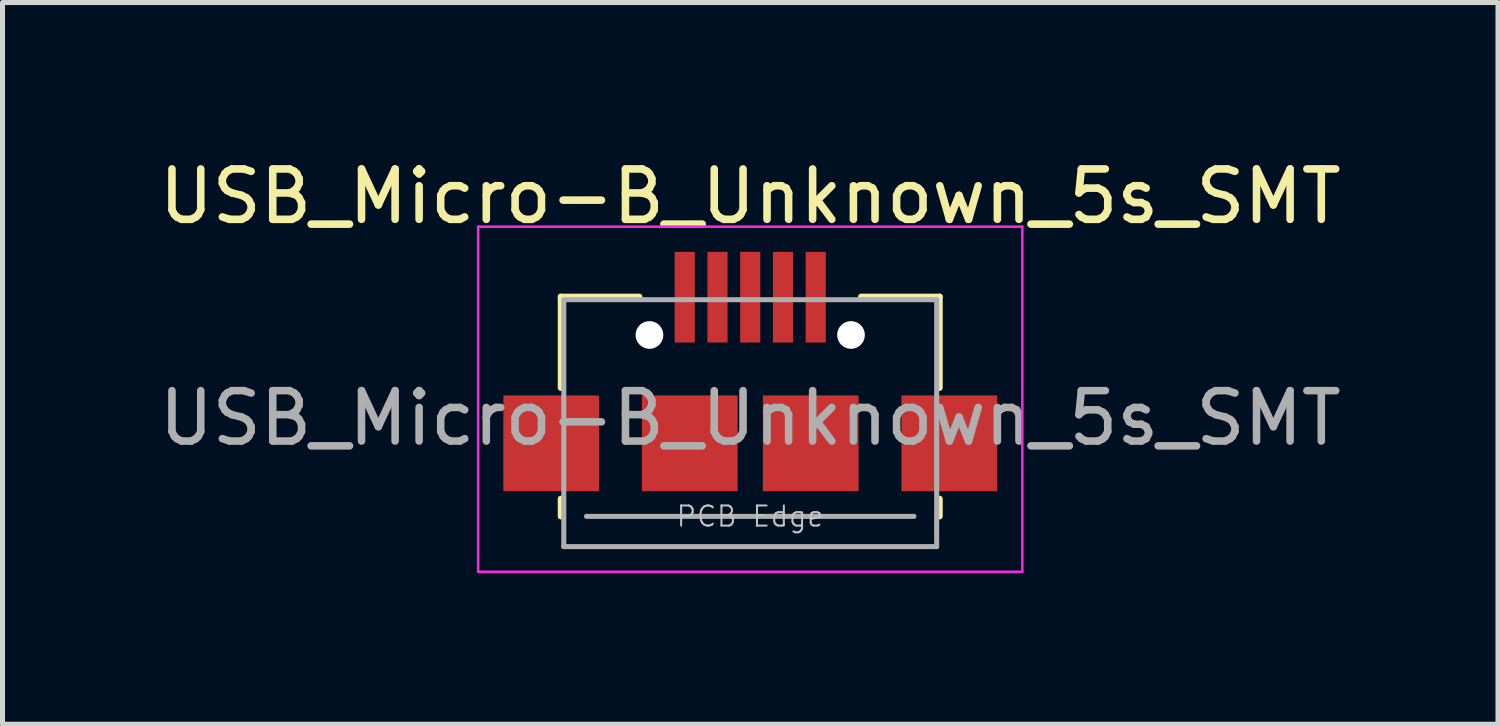
<source format=kicad_pcb>
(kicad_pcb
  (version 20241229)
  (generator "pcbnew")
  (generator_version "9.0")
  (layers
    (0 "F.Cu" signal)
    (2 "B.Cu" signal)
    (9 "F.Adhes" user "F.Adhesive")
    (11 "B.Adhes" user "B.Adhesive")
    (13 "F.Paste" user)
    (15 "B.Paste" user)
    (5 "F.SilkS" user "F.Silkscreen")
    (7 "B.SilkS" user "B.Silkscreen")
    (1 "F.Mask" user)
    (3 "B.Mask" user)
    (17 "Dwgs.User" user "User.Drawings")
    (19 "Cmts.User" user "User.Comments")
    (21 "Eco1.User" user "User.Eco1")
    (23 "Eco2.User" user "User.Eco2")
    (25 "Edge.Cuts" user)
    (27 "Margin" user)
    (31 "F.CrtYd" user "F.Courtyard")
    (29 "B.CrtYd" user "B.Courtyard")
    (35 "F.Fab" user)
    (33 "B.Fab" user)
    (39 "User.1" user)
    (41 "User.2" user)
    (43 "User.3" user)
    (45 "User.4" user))
  (footprint "USB_Micro-B_Unknown_5s_SMT"
    (layer "F.Cu")
    (at 11.839 3.448)
    (property "Reference" "USB_Micro-B_Unknown_5s_SMT" (at 0 -2.6 0) (layer "F.SilkS") (effects (font (size 1 1) (thickness 0.15))))
    (attr smd)
    (fp_line (start -3.76 -0.61) (end -2.2 -0.61) (stroke (width 0.12) (type solid)) (layer "F.SilkS"))
    (fp_line (start -3.76 1.2) (end -3.76 -0.61) (stroke (width 0.12) (type solid)) (layer "F.SilkS"))
    (fp_line (start -3.76 3.4) (end -3.76 3.75) (stroke (width 0.12) (type solid)) (layer "F.SilkS"))
    (fp_line (start 3.76 -0.61) (end 2.2 -0.61) (stroke (width 0.12) (type solid)) (layer "F.SilkS"))
    (fp_line (start 3.76 1.2) (end 3.76 -0.61) (stroke (width 0.12) (type solid)) (layer "F.SilkS"))
    (fp_line (start 3.76 3.4) (end 3.76 3.75) (stroke (width 0.12) (type solid)) (layer "F.SilkS"))
    (fp_line (start -5.4 -2) (end -5.4 4.85) (stroke (width 0.05) (type solid)) (layer "F.CrtYd"))
    (fp_line (start -5.4 -2) (end 5.4 -2) (stroke (width 0.05) (type solid)) (layer "F.CrtYd"))
    (fp_line (start 5.4 -2) (end 5.4 4.85) (stroke (width 0.05) (type solid)) (layer "F.CrtYd"))
    (fp_line (start 5.4 4.85) (end -5.4 4.85) (stroke (width 0.05) (type solid)) (layer "F.CrtYd"))
    (fp_line (start -3.7 -0.55) (end -3.7 4.35) (stroke (width 0.1) (type solid)) (layer "F.Fab"))
    (fp_line (start -3.7 4.35) (end 3.7 4.35) (stroke (width 0.1) (type solid)) (layer "F.Fab"))
    (fp_line (start -3.25 3.75) (end 3.25 3.75) (stroke (width 0.1) (type solid)) (layer "F.Fab"))
    (fp_line (start 3.7 -0.55) (end -3.7 -0.55) (stroke (width 0.1) (type solid)) (layer "F.Fab"))
    (fp_line (start 3.7 4.35) (end 3.7 -0.55) (stroke (width 0.1) (type solid)) (layer "F.Fab"))
    (fp_text user "PCB Edge" (at 0 3.75 180) (layer "Dwgs.User") (effects (font (size 0.4 0.4) (thickness 0.04))))
    (fp_text user "${REFERENCE}" (at 0 1.8 0) (layer "F.Fab") (effects (font (size 1 1) (thickness 0.15))))
    (pad "" np_thru_hole circle (at -2 0.15) (size 0.55 0.55) (drill 0.55) (layers "*.Cu" "*.Mask"))
    (pad "" np_thru_hole circle (at 2 0.15) (size 0.55 0.55) (drill 0.55) (layers "*.Cu" "*.Mask"))
    (pad "1" smd rect (at -1.3 -0.6) (size 0.4 1.8) (layers "F.Cu" "F.Mask" "F.Paste"))
    (pad "2" smd rect (at -0.65 -0.6) (size 0.4 1.8) (layers "F.Cu" "F.Mask" "F.Paste"))
    (pad "3" smd rect (at 0 -0.6) (size 0.4 1.8) (layers "F.Cu" "F.Mask" "F.Paste"))
    (pad "4" smd rect (at 0.65 -0.6) (size 0.4 1.8) (layers "F.Cu" "F.Mask" "F.Paste"))
    (pad "5" smd rect (at 1.3 -0.6) (size 0.4 1.8) (layers "F.Cu" "F.Mask" "F.Paste"))
    (pad "6" smd rect (at -3.95 2.3) (size 1.9 1.9) (layers "F.Cu" "F.Mask" "F.Paste"))
    (pad "6" smd rect (at -1.2 2.3) (size 1.9 1.9) (layers "F.Cu" "F.Mask" "F.Paste"))
    (pad "6" smd rect (at 1.2 2.3) (size 1.9 1.9) (layers "F.Cu" "F.Mask" "F.Paste"))
    (pad "6" smd rect (at 3.95 2.3) (size 1.9 1.9) (layers "F.Cu" "F.Mask" "F.Paste")))
  (gr_rect
    (start -3 -3)
    (end 26.679 11.323)
    (stroke (width 0.1) (type default))
    (fill no)
    (layer "Edge.Cuts")))
</source>
